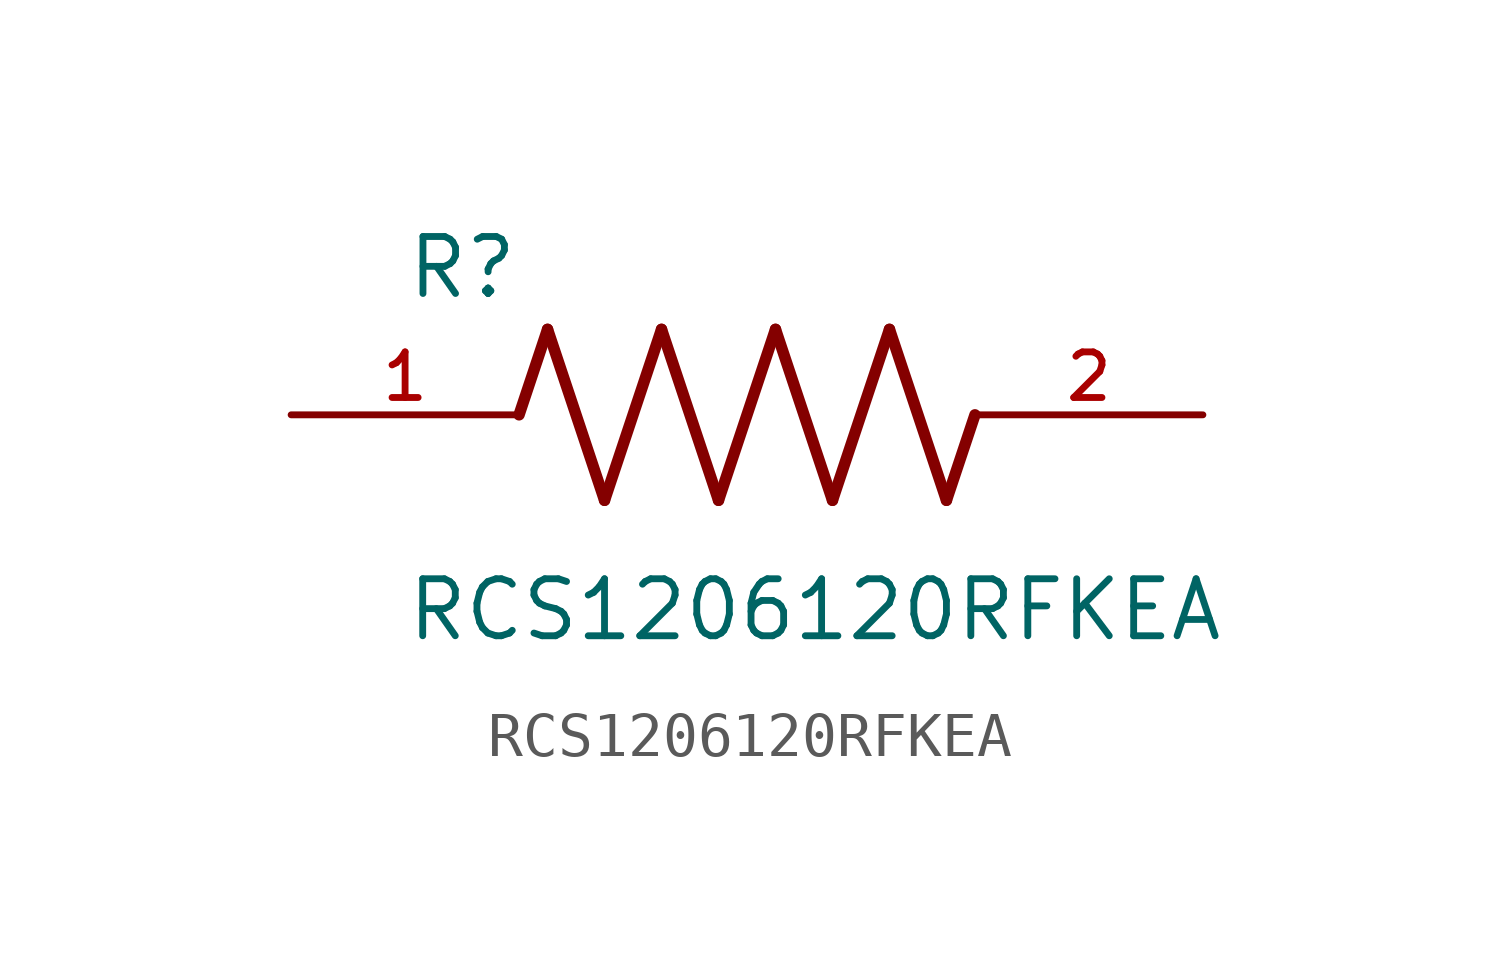
<source format=kicad_sym>
(kicad_symbol_lib
  (version 20211014)
  (generator kicad_symbol_editor)
  (symbol "RCS1206120RFKEA"
    (pin_names
      (offset 1.016))
    (property "Reference" "R"
      (at -7.624 2.541 0)
      (effects (font (size 1.27 1.27)) (justify bottom left)))
    (property "Value" "RCS1206120RFKEA"
      (at -7.63 -5.087 0)
      (effects (font (size 1.27 1.27)) (justify bottom left)))
    (symbol "RCS1206120RFKEA_0_0"
      (polyline (pts (xy -5.08 0.0) (xy -4.445 1.905)) (stroke (width 0.254)))
      (polyline (pts (xy -4.445 1.905) (xy -3.175 -1.905)) (stroke (width 0.254)))
      (polyline (pts (xy -3.175 -1.905) (xy -1.905 1.905)) (stroke (width 0.254)))
      (polyline (pts (xy -1.905 1.905) (xy -0.635 -1.905)) (stroke (width 0.254)))
      (polyline (pts (xy -0.635 -1.905) (xy 0.635 1.905)) (stroke (width 0.254)))
      (polyline (pts (xy 0.635 1.905) (xy 1.905 -1.905)) (stroke (width 0.254)))
      (polyline (pts (xy 1.905 -1.905) (xy 3.175 1.905)) (stroke (width 0.254)))
      (polyline (pts (xy 3.175 1.905) (xy 4.445 -1.905)) (stroke (width 0.254)))
      (polyline (pts (xy 4.445 -1.905) (xy 5.08 0.0)) (stroke (width 0.254)))
      (pin passive line (at -10.16 0.0 0) (length 5.08) (name "~" (effects (font (size 1.016 1.016)))) (number "1" (effects (font (size 1.016 1.016)))))
      (pin passive line (at 10.16 0.0 180.0) (length 5.08) (name "~" (effects (font (size 1.016 1.016)))) (number "2" (effects (font (size 1.016 1.016))))))))
</source>
